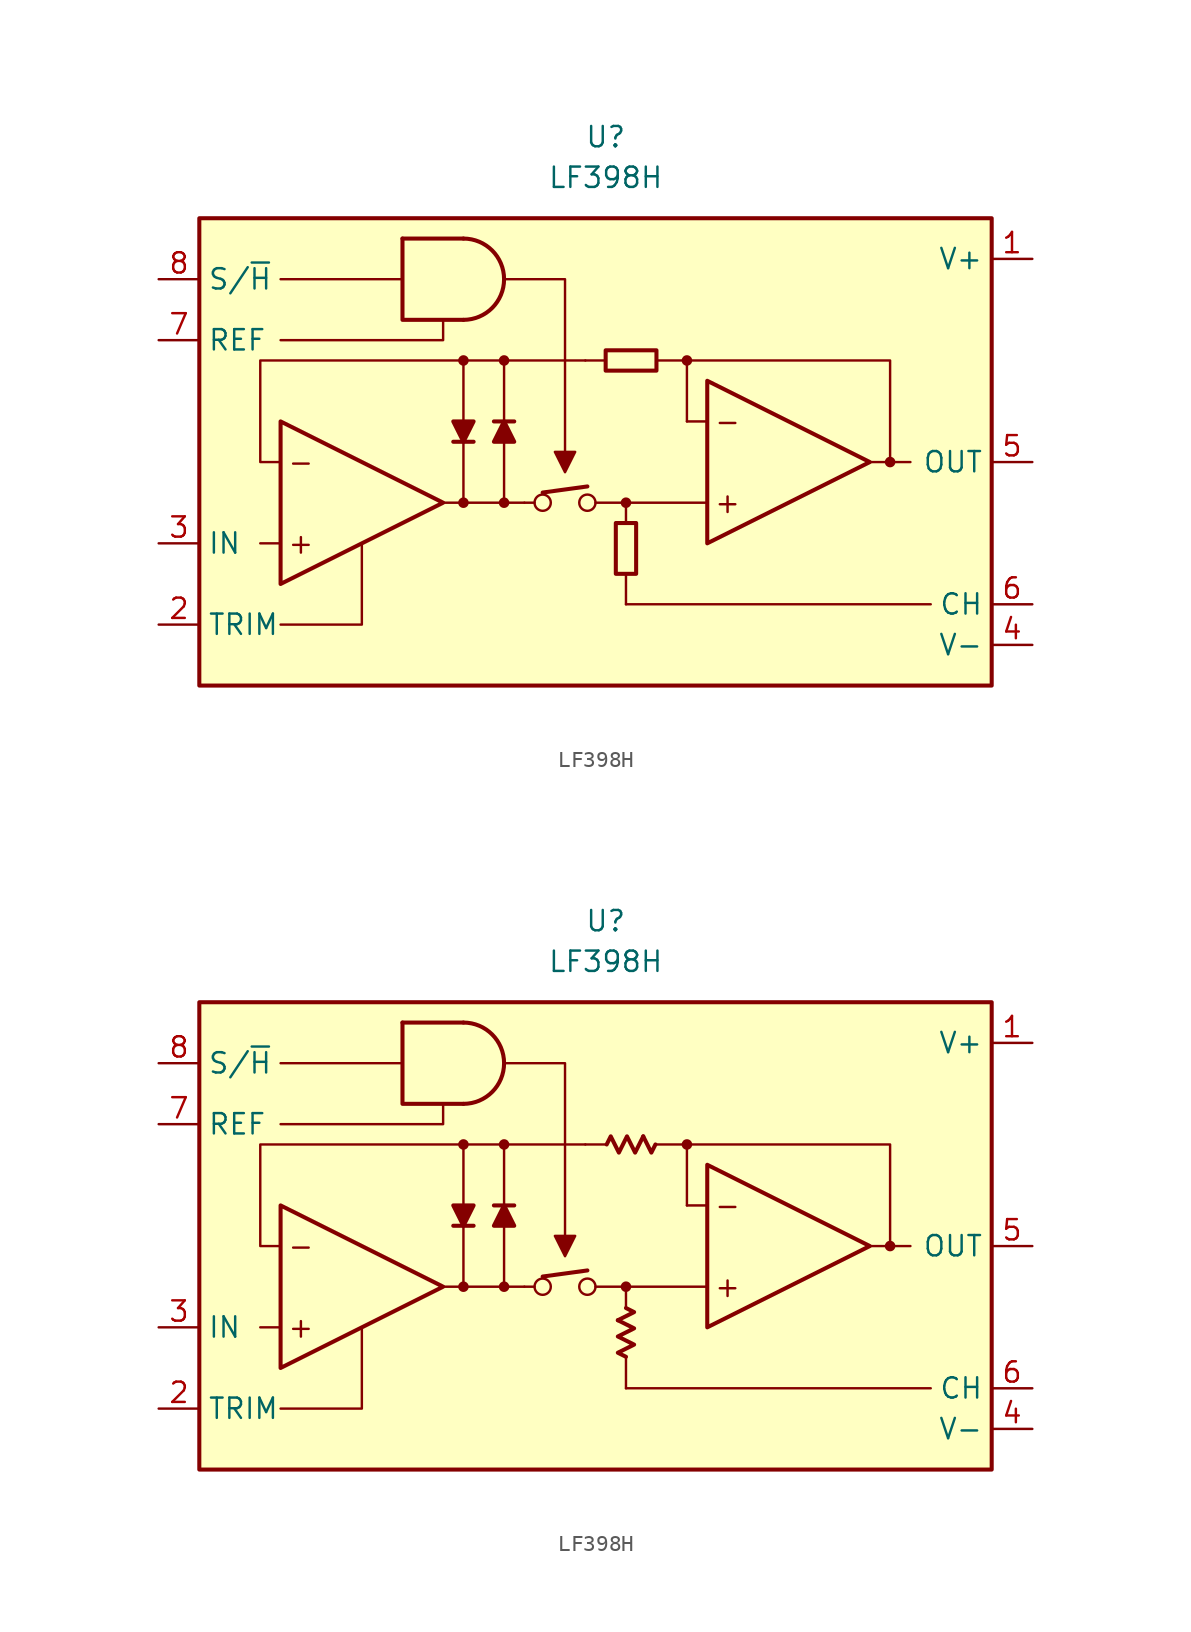
<source format=kicad_sym>
(kicad_symbol_lib
  (version 20231120)
  (generator "kicad_symbol_editor")
  (generator_version "8.0")
  (symbol "LF398H"
    (property "Reference" "U"
      (at 0 20.32 0)
      (effects (font (size 1.27 1.27))))
    (property "Value" "LF398H"
      (at 0 17.78 0)
      (effects (font (size 1.27 1.27))))
    (symbol "LF398H_0_0"
      (circle (center -8.89 -2.54) (radius 0.254) (stroke (width 0.152) (type default)) (fill (type outline)))
      (circle (center -8.89 6.35) (radius 0.254) (stroke (width 0.152) (type default)) (fill (type outline)))
      (circle (center -6.35 -2.54) (radius 0.254) (stroke (width 0.152) (type default)) (fill (type outline)))
      (circle (center -6.35 6.35) (radius 0.254) (stroke (width 0.152) (type default)) (fill (type outline)))
      (circle (center -3.937 -2.54) (radius 0.508) (stroke (width 0) (type default)) (fill (type none)))
      (circle (center -1.143 -2.54) (radius 0.508) (stroke (width 0) (type default)) (fill (type none)))
      (polyline (pts (xy -20.32 -5.08) (xy -21.59 -5.08)) (stroke (width 0.152) (type default)) (fill (type none)))
      (polyline (pts (xy -12.7 11.43) (xy -20.32 11.43)) (stroke (width 0.152) (type default)) (fill (type none)))
      (polyline (pts (xy -5.08 -2.54) (xy -4.445 -2.54)) (stroke (width 0.152) (type default)) (fill (type none)))
      (polyline (pts (xy -3.937 -1.905) (xy -1.143 -1.524)) (stroke (width 0.254) (type default)) (fill (type none)))
      (polyline (pts (xy 0 6.35) (xy -1.27 6.35)) (stroke (width 0.152) (type default)) (fill (type none)))
      (polyline (pts (xy 1.27 -6.985) (xy 1.27 -8.89)) (stroke (width 0.152) (type default)) (fill (type none)))
      (polyline (pts (xy 16.51 0) (xy 17.78 0)) (stroke (width 0.152) (type default)) (fill (type none)))
      (polyline (pts (xy 17.78 0) (xy 19.05 0)) (stroke (width 0.152) (type default)) (fill (type none)))
      (polyline (pts (xy -20.32 -10.16) (xy -15.24 -10.16) (xy -15.24 -5.08)) (stroke (width 0.152) (type default)) (fill (type none)))
      (polyline (pts (xy -10.16 8.89) (xy -10.16 7.62) (xy -20.32 7.62)) (stroke (width 0.152) (type default)) (fill (type none)))
      (polyline (pts (xy -6.35 11.43) (xy -2.54 11.43) (xy -2.54 0)) (stroke (width 0.152) (type default)) (fill (type none)))
      (polyline (pts (xy -2.54 -0.635) (xy -3.175 0.635) (xy -1.905 0.635) (xy -2.54 -0.635)) (stroke (width 0.152) (type default)) (fill (type outline)))
      (circle (center 1.27 -2.54) (radius 0.254) (stroke (width 0.152) (type default)) (fill (type outline)))
      (circle (center 5.08 6.35) (radius 0.254) (stroke (width 0.152) (type default)) (fill (type outline)))
      (circle (center 17.78 0) (radius 0.254) (stroke (width 0.152) (type default)) (fill (type outline)))
      (text "+" (at -19.05 -5.08 0) (effects (font (size 1.27 1.27))))
      (text "+" (at 7.62 -2.54 0) (effects (font (size 1.27 1.27))))
      (text "-" (at -19.05 0 0) (effects (font (size 1.27 1.27))))
      (text "-" (at 7.62 2.54 0) (effects (font (size 1.27 1.27)))))
    (symbol "LF398H_0_1"
      (rectangle (start 0 5.715) (end 3.175 6.985) (stroke (width 0.254) (type default)) (fill (type none)))
      (rectangle (start 0.635 -3.81) (end 1.905 -6.985) (stroke (width 0.254) (type default)) (fill (type none))))
    (symbol "LF398H_0_2"
      (polyline (pts (xy 0.762 -4.636) (xy 1.778 -4.128) (xy 1.27 -3.873)) (stroke (width 0.254) (type default)) (fill (type none)))
      (polyline (pts (xy 2.349 6.858) (xy 2.857 5.842) (xy 3.111 6.35)) (stroke (width 0.254) (type default)) (fill (type none)))
      (polyline (pts (xy 0.064 6.35) (xy 0.318 6.858) (xy 0.826 5.842) (xy 1.333 6.858) (xy 1.841 5.842) (xy 2.349 6.858)) (stroke (width 0.254) (type default)) (fill (type none)))
      (polyline (pts (xy 1.27 -6.921) (xy 0.762 -6.668) (xy 1.778 -6.16) (xy 0.762 -5.652) (xy 1.778 -5.144) (xy 0.762 -4.636)) (stroke (width 0.254) (type default)) (fill (type none))))
    (symbol "LF398H_1_0"
      (rectangle (start -25.4 15.24) (end 24.13 -13.97) (stroke (width 0.254) (type default)) (fill (type background)))
      (arc (start -8.89 8.89) (mid -6.361 11.43) (end -8.89 13.97) (stroke (width 0.254) (type default)) (fill (type none)))
      (polyline (pts (xy -12.7 13.97) (xy -8.89 13.97)) (stroke (width 0.254) (type default)) (fill (type none)))
      (polyline (pts (xy -9.525 1.27) (xy -8.255 1.27)) (stroke (width 0.254) (type default)) (fill (type none)))
      (polyline (pts (xy -8.89 1.27) (xy -8.89 -2.54)) (stroke (width 0.152) (type default)) (fill (type none)))
      (polyline (pts (xy -8.89 2.54) (xy -8.89 6.35)) (stroke (width 0.152) (type default)) (fill (type none)))
      (polyline (pts (xy -6.35 1.27) (xy -6.35 -2.54)) (stroke (width 0.152) (type default)) (fill (type none)))
      (polyline (pts (xy -6.35 2.54) (xy -6.35 6.35)) (stroke (width 0.152) (type default)) (fill (type none)))
      (polyline (pts (xy -5.715 2.54) (xy -6.985 2.54)) (stroke (width 0.254) (type default)) (fill (type none)))
      (polyline (pts (xy -5.08 -2.54) (xy -10.16 -2.54)) (stroke (width 0.152) (type default)) (fill (type none)))
      (polyline (pts (xy 1.27 -8.89) (xy 20.32 -8.89)) (stroke (width 0.152) (type default)) (fill (type none)))
      (polyline (pts (xy 1.27 -3.81) (xy 1.27 -2.54)) (stroke (width 0.152) (type default)) (fill (type none)))
      (polyline (pts (xy 5.08 2.54) (xy 5.08 6.35)) (stroke (width 0.152) (type default)) (fill (type none)))
      (polyline (pts (xy 6.35 -2.54) (xy -0.635 -2.54)) (stroke (width 0.152) (type default)) (fill (type none)))
      (polyline (pts (xy 6.35 2.54) (xy 5.08 2.54)) (stroke (width 0.152) (type default)) (fill (type none)))
      (polyline (pts (xy -12.7 13.97) (xy -12.7 8.89) (xy -8.89 8.89)) (stroke (width 0.254) (type default)) (fill (type none)))
      (polyline (pts (xy 3.175 6.35) (xy 17.78 6.35) (xy 17.78 0)) (stroke (width 0.152) (type default)) (fill (type none)))
      (polyline (pts (xy -20.32 2.54) (xy -20.32 -7.62) (xy -10.16 -2.54) (xy -20.32 2.54)) (stroke (width 0.254) (type default)) (fill (type none)))
      (polyline (pts (xy -8.89 1.27) (xy -9.525 2.54) (xy -8.255 2.54) (xy -8.89 1.27)) (stroke (width 0.254) (type default)) (fill (type outline)))
      (polyline (pts (xy -6.35 2.54) (xy -5.715 1.27) (xy -6.985 1.27) (xy -6.35 2.54)) (stroke (width 0.254) (type default)) (fill (type outline)))
      (polyline (pts (xy -1.27 6.35) (xy -21.59 6.35) (xy -21.59 0) (xy -20.32 0)) (stroke (width 0.152) (type default)) (fill (type none)))
      (polyline (pts (xy 6.35 5.08) (xy 6.35 -5.08) (xy 16.51 0) (xy 6.35 5.08)) (stroke (width 0.254) (type default)) (fill (type none))))
    (symbol "LF398H_1_1"
      (pin power_in line (at 26.67 12.7 180) (length 2.54) (name "V+" (effects (font (size 1.27 1.27)))) (number "1" (effects (font (size 1.27 1.27)))))
      (pin passive line (at -27.94 -10.16 0) (length 2.54) (name "TRIM" (effects (font (size 1.27 1.27)))) (number "2" (effects (font (size 1.27 1.27)))))
      (pin input line (at -27.94 -5.08 0) (length 2.54) (name "IN" (effects (font (size 1.27 1.27)))) (number "3" (effects (font (size 1.27 1.27)))))
      (pin power_in line (at 26.67 -11.43 180) (length 2.54) (name "V-" (effects (font (size 1.27 1.27)))) (number "4" (effects (font (size 1.27 1.27)))))
      (pin output line (at 26.67 0 180) (length 2.54) (name "OUT" (effects (font (size 1.27 1.27)))) (number "5" (effects (font (size 1.27 1.27)))))
      (pin passive line (at 26.67 -8.89 180) (length 2.54) (name "CH" (effects (font (size 1.27 1.27)))) (number "6" (effects (font (size 1.27 1.27)))))
      (pin input line (at -27.94 7.62 0) (length 2.54) (name "REF" (effects (font (size 1.27 1.27)))) (number "7" (effects (font (size 1.27 1.27)))))
      (pin input line (at -27.94 11.43 0) (length 2.54) (name "S/~{H}" (effects (font (size 1.27 1.27)))) (number "8" (effects (font (size 1.27 1.27))))))
    (symbol "LF398H_1_2"
      (pin power_in line (at 26.67 12.7 180) (length 2.54) (name "V+" (effects (font (size 1.27 1.27)))) (number "1" (effects (font (size 1.27 1.27)))))
      (pin passive line (at -27.94 -10.16 0) (length 2.54) (name "TRIM" (effects (font (size 1.27 1.27)))) (number "2" (effects (font (size 1.27 1.27)))))
      (pin input line (at -27.94 -5.08 0) (length 2.54) (name "IN" (effects (font (size 1.27 1.27)))) (number "3" (effects (font (size 1.27 1.27)))))
      (pin power_in line (at 26.67 -11.43 180) (length 2.54) (name "V-" (effects (font (size 1.27 1.27)))) (number "4" (effects (font (size 1.27 1.27)))))
      (pin output line (at 26.67 0 180) (length 2.54) (name "OUT" (effects (font (size 1.27 1.27)))) (number "5" (effects (font (size 1.27 1.27)))))
      (pin passive line (at 26.67 -8.89 180) (length 2.54) (name "CH" (effects (font (size 1.27 1.27)))) (number "6" (effects (font (size 1.27 1.27)))))
      (pin input line (at -27.94 7.62 0) (length 2.54) (name "REF" (effects (font (size 1.27 1.27)))) (number "7" (effects (font (size 1.27 1.27)))))
      (pin input line (at -27.94 11.43 0) (length 2.54) (name "S/~{H}" (effects (font (size 1.27 1.27)))) (number "8" (effects (font (size 1.27 1.27))))))))
</source>
